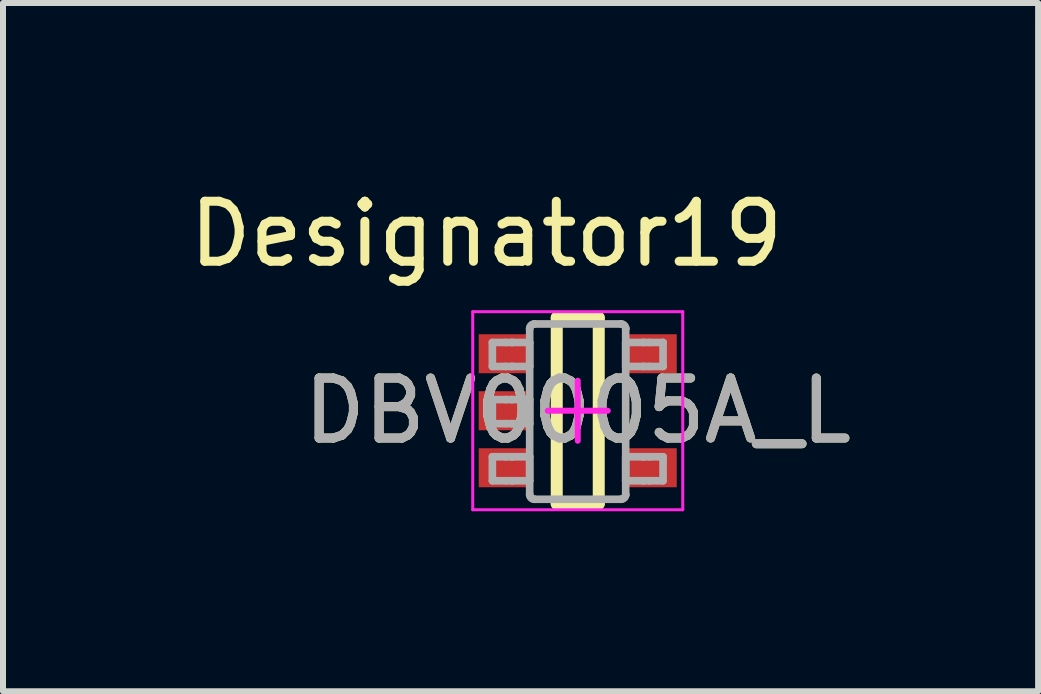
<source format=kicad_pcb>
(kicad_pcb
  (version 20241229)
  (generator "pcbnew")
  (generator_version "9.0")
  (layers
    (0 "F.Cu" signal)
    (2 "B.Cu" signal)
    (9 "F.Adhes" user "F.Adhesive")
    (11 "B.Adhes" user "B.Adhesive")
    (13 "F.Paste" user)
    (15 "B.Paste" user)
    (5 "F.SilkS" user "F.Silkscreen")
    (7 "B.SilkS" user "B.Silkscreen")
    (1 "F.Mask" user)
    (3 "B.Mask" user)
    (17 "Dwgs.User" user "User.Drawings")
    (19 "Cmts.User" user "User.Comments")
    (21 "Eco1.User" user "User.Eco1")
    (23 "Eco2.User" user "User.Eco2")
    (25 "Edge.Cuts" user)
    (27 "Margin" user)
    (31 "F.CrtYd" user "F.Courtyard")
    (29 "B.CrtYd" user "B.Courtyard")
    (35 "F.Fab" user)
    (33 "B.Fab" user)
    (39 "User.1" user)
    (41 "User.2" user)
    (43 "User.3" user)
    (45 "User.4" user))
  (footprint "DBV0005A_L"
    (layer "F.Cu")
    (at 6.578 3.795)
    (property "Reference" "DBV0005A_L" (at 0 0 0) (unlocked yes) (layer "F.SilkS") (effects (font (size 1 1) (thickness 0.15))))
    (attr smd)
    (fp_line (start -0.35 -1.55) (end 0.35 -1.55) (stroke (width 0.2) (type solid)) (layer "F.SilkS"))
    (fp_line (start -0.35 1.55) (end -0.35 -1.55) (stroke (width 0.2) (type solid)) (layer "F.SilkS"))
    (fp_line (start -0.35 1.55) (end 0.35 1.55) (stroke (width 0.2) (type solid)) (layer "F.SilkS"))
    (fp_line (start 0.35 1.55) (end 0.35 -1.55) (stroke (width 0.2) (type solid)) (layer "F.SilkS"))
    (fp_line (start -1.75 -1.65) (end 1.75 -1.65) (stroke (width 0.05) (type solid)) (layer "F.CrtYd"))
    (fp_line (start -1.75 1.65) (end -1.75 -1.65) (stroke (width 0.05) (type solid)) (layer "F.CrtYd"))
    (fp_line (start -1.75 1.65) (end 1.75 1.65) (stroke (width 0.05) (type solid)) (layer "F.CrtYd"))
    (fp_line (start -0.5 0) (end 0.5 0) (stroke (width 0.1) (type solid)) (layer "F.CrtYd"))
    (fp_line (start 0 0.5) (end 0 -0.5) (stroke (width 0.1) (type solid)) (layer "F.CrtYd"))
    (fp_line (start 1.75 1.65) (end 1.75 -1.65) (stroke (width 0.05) (type solid)) (layer "F.CrtYd"))
    (fp_line (start -1.423 -1.138) (end -1.199 -1.138) (stroke (width 0.127) (type solid)) (layer "F.Fab"))
    (fp_line (start -1.423 -0.738) (end -1.423 -1.138) (stroke (width 0.127) (type solid)) (layer "F.Fab"))
    (fp_line (start -1.423 -0.738) (end -1.199 -0.738) (stroke (width 0.127) (type solid)) (layer "F.Fab"))
    (fp_line (start -1.423 -0.186) (end -1.199 -0.186) (stroke (width 0.127) (type solid)) (layer "F.Fab"))
    (fp_line (start -1.423 0.215) (end -1.423 -0.186) (stroke (width 0.127) (type solid)) (layer "F.Fab"))
    (fp_line (start -1.423 0.215) (end -1.199 0.215) (stroke (width 0.127) (type solid)) (layer "F.Fab"))
    (fp_line (start -1.423 0.767) (end -1.199 0.767) (stroke (width 0.127) (type solid)) (layer "F.Fab"))
    (fp_line (start -1.423 1.167) (end -1.423 0.767) (stroke (width 0.127) (type solid)) (layer "F.Fab"))
    (fp_line (start -1.423 1.167) (end -1.199 1.167) (stroke (width 0.127) (type solid)) (layer "F.Fab"))
    (fp_line (start -1.199 -1.138) (end -1.105 -1.138) (stroke (width 0.127) (type solid)) (layer "F.Fab"))
    (fp_line (start -1.199 -0.738) (end -1.105 -0.738) (stroke (width 0.127) (type solid)) (layer "F.Fab"))
    (fp_line (start -1.199 -0.186) (end -1.105 -0.186) (stroke (width 0.127) (type solid)) (layer "F.Fab"))
    (fp_line (start -1.199 0.215) (end -1.105 0.215) (stroke (width 0.127) (type solid)) (layer "F.Fab"))
    (fp_line (start -1.199 0.767) (end -1.105 0.767) (stroke (width 0.127) (type solid)) (layer "F.Fab"))
    (fp_line (start -1.199 1.167) (end -1.105 1.167) (stroke (width 0.127) (type solid)) (layer "F.Fab"))
    (fp_line (start -1.105 -1.138) (end -1.088 -1.138) (stroke (width 0.127) (type solid)) (layer "F.Fab"))
    (fp_line (start -1.105 -0.738) (end -1.088 -0.738) (stroke (width 0.127) (type solid)) (layer "F.Fab"))
    (fp_line (start -1.105 -0.186) (end -1.088 -0.186) (stroke (width 0.127) (type solid)) (layer "F.Fab"))
    (fp_line (start -1.105 0.215) (end -1.088 0.215) (stroke (width 0.127) (type solid)) (layer "F.Fab"))
    (fp_line (start -1.105 0.767) (end -1.088 0.767) (stroke (width 0.127) (type solid)) (layer "F.Fab"))
    (fp_line (start -1.105 1.167) (end -1.088 1.167) (stroke (width 0.127) (type solid)) (layer "F.Fab"))
    (fp_line (start -1.088 -1.138) (end -0.835 -1.138) (stroke (width 0.127) (type solid)) (layer "F.Fab"))
    (fp_line (start -1.088 -0.738) (end -0.835 -0.738) (stroke (width 0.127) (type solid)) (layer "F.Fab"))
    (fp_line (start -1.088 -0.186) (end -0.835 -0.186) (stroke (width 0.127) (type solid)) (layer "F.Fab"))
    (fp_line (start -1.088 0.215) (end -0.835 0.215) (stroke (width 0.127) (type solid)) (layer "F.Fab"))
    (fp_line (start -1.088 0.767) (end -0.835 0.767) (stroke (width 0.127) (type solid)) (layer "F.Fab"))
    (fp_line (start -1.088 1.167) (end -0.835 1.167) (stroke (width 0.127) (type solid)) (layer "F.Fab"))
    (fp_line (start -0.835 -1.138) (end -0.801 -1.138) (stroke (width 0.127) (type solid)) (layer "F.Fab"))
    (fp_line (start -0.835 -0.738) (end -0.801 -0.738) (stroke (width 0.127) (type solid)) (layer "F.Fab"))
    (fp_line (start -0.835 -0.186) (end -0.801 -0.186) (stroke (width 0.127) (type solid)) (layer "F.Fab"))
    (fp_line (start -0.835 0.215) (end -0.801 0.215) (stroke (width 0.127) (type solid)) (layer "F.Fab"))
    (fp_line (start -0.835 0.767) (end -0.801 0.767) (stroke (width 0.127) (type solid)) (layer "F.Fab"))
    (fp_line (start -0.835 1.167) (end -0.801 1.167) (stroke (width 0.127) (type solid)) (layer "F.Fab"))
    (fp_line (start -0.801 -1.37) (end -0.801 -1.371) (stroke (width 0.127) (type solid)) (layer "F.Fab"))
    (fp_line (start -0.801 -0.738) (end -0.801 -1.138) (stroke (width 0.127) (type solid)) (layer "F.Fab"))
    (fp_line (start -0.801 0.215) (end -0.801 -0.186) (stroke (width 0.127) (type solid)) (layer "F.Fab"))
    (fp_line (start -0.801 1.167) (end -0.801 0.767) (stroke (width 0.127) (type solid)) (layer "F.Fab"))
    (fp_line (start -0.801 1.399) (end -0.801 -1.37) (stroke (width 0.127) (type solid)) (layer "F.Fab"))
    (fp_line (start -0.801 1.4) (end -0.801 1.399) (stroke (width 0.127) (type solid)) (layer "F.Fab"))
    (fp_line (start -0.725 -1.446) (end -0.725 -1.446) (stroke (width 0.127) (type solid)) (layer "F.Fab"))
    (fp_line (start -0.725 1.475) (end -0.725 1.475) (stroke (width 0.127) (type solid)) (layer "F.Fab"))
    (fp_line (start -0.725 -1.446) (end 0.723 -1.446) (stroke (width 0.127) (type solid)) (layer "F.Fab"))
    (fp_line (start -0.725 1.475) (end 0.723 1.475) (stroke (width 0.127) (type solid)) (layer "F.Fab"))
    (fp_line (start 0.723 -1.446) (end 0.724 -1.446) (stroke (width 0.127) (type solid)) (layer "F.Fab"))
    (fp_line (start 0.723 1.475) (end 0.724 1.475) (stroke (width 0.127) (type solid)) (layer "F.Fab"))
    (fp_line (start 0.799 -1.37) (end 0.799 -1.371) (stroke (width 0.127) (type solid)) (layer "F.Fab"))
    (fp_line (start 0.799 -1.138) (end 0.834 -1.138) (stroke (width 0.127) (type solid)) (layer "F.Fab"))
    (fp_line (start 0.799 -0.738) (end 0.799 -1.138) (stroke (width 0.127) (type solid)) (layer "F.Fab"))
    (fp_line (start 0.799 -0.738) (end 0.834 -0.738) (stroke (width 0.127) (type solid)) (layer "F.Fab"))
    (fp_line (start 0.799 0.767) (end 0.834 0.767) (stroke (width 0.127) (type solid)) (layer "F.Fab"))
    (fp_line (start 0.799 1.167) (end 0.799 0.767) (stroke (width 0.127) (type solid)) (layer "F.Fab"))
    (fp_line (start 0.799 1.167) (end 0.834 1.167) (stroke (width 0.127) (type solid)) (layer "F.Fab"))
    (fp_line (start 0.799 1.399) (end 0.799 -1.37) (stroke (width 0.127) (type solid)) (layer "F.Fab"))
    (fp_line (start 0.799 1.4) (end 0.799 1.399) (stroke (width 0.127) (type solid)) (layer "F.Fab"))
    (fp_line (start 0.834 -1.138) (end 1.087 -1.138) (stroke (width 0.127) (type solid)) (layer "F.Fab"))
    (fp_line (start 0.834 -0.738) (end 1.087 -0.738) (stroke (width 0.127) (type solid)) (layer "F.Fab"))
    (fp_line (start 0.834 0.767) (end 1.087 0.767) (stroke (width 0.127) (type solid)) (layer "F.Fab"))
    (fp_line (start 0.834 1.167) (end 1.087 1.167) (stroke (width 0.127) (type solid)) (layer "F.Fab"))
    (fp_line (start 1.087 -1.138) (end 1.103 -1.138) (stroke (width 0.127) (type solid)) (layer "F.Fab"))
    (fp_line (start 1.087 -0.738) (end 1.103 -0.738) (stroke (width 0.127) (type solid)) (layer "F.Fab"))
    (fp_line (start 1.087 0.767) (end 1.103 0.767) (stroke (width 0.127) (type solid)) (layer "F.Fab"))
    (fp_line (start 1.087 1.167) (end 1.103 1.167) (stroke (width 0.127) (type solid)) (layer "F.Fab"))
    (fp_line (start 1.103 -1.138) (end 1.198 -1.138) (stroke (width 0.127) (type solid)) (layer "F.Fab"))
    (fp_line (start 1.103 -0.738) (end 1.198 -0.738) (stroke (width 0.127) (type solid)) (layer "F.Fab"))
    (fp_line (start 1.103 0.767) (end 1.198 0.767) (stroke (width 0.127) (type solid)) (layer "F.Fab"))
    (fp_line (start 1.103 1.167) (end 1.198 1.167) (stroke (width 0.127) (type solid)) (layer "F.Fab"))
    (fp_line (start 1.198 -1.138) (end 1.422 -1.138) (stroke (width 0.127) (type solid)) (layer "F.Fab"))
    (fp_line (start 1.198 -0.738) (end 1.422 -0.738) (stroke (width 0.127) (type solid)) (layer "F.Fab"))
    (fp_line (start 1.198 0.767) (end 1.422 0.767) (stroke (width 0.127) (type solid)) (layer "F.Fab"))
    (fp_line (start 1.198 1.167) (end 1.422 1.167) (stroke (width 0.127) (type solid)) (layer "F.Fab"))
    (fp_line (start 1.422 -0.738) (end 1.422 -1.138) (stroke (width 0.127) (type solid)) (layer "F.Fab"))
    (fp_line (start 1.422 1.167) (end 1.422 0.767) (stroke (width 0.127) (type solid)) (layer "F.Fab"))
    (fp_arc (start -0.80074 -1.37084) (mid -0.778218 -1.423887) (end -0.724999 -1.445998) (stroke (width 0.127) (type solid)) (layer "F.Fab"))
    (fp_arc (start -0.724999 1.475) (mid -0.778213 1.452901) (end -0.80074 1.399867) (stroke (width 0.127) (type solid)) (layer "F.Fab"))
    (fp_arc (start 0.723714 -1.445998) (mid 0.776933 -1.423887) (end 0.799455 -1.37084) (stroke (width 0.127) (type solid)) (layer "F.Fab"))
    (fp_arc (start 0.799455 1.399868) (mid 0.776927 1.452901) (end 0.723713 1.475) (stroke (width 0.127) (type solid)) (layer "F.Fab"))
    (fp_text user "Designator19" (at -1.524 -2.946 0) (unlocked yes) (layer "F.SilkS") (effects (font (size 1 1) (thickness 0.15))))
    (fp_text user "${REFERENCE}" (at 0 0 0) (unlocked yes) (layer "F.Fab") (effects (font (size 1 1) (thickness 0.15))))
    (pad "1" smd rect (at -1.2 -0.95 90) (size 0.65 0.9) (layers "F.Cu" "F.Mask" "F.Paste"))
    (pad "2" smd rect (at -1.2 0 90) (size 0.65 0.9) (layers "F.Cu" "F.Mask" "F.Paste"))
    (pad "3" smd rect (at -1.2 0.95 90) (size 0.65 0.9) (layers "F.Cu" "F.Mask" "F.Paste"))
    (pad "4" smd rect (at 1.2 0.95 90) (size 0.65 0.9) (layers "F.Cu" "F.Mask" "F.Paste"))
    (pad "5" smd rect (at 1.2 -0.95 90) (size 0.65 0.9) (layers "F.Cu" "F.Mask" "F.Paste")))
  (gr_rect
    (start -3 -3)
    (end 14.25 8.47)
    (stroke (width 0.1) (type default))
    (fill no)
    (layer "Edge.Cuts")))
</source>
